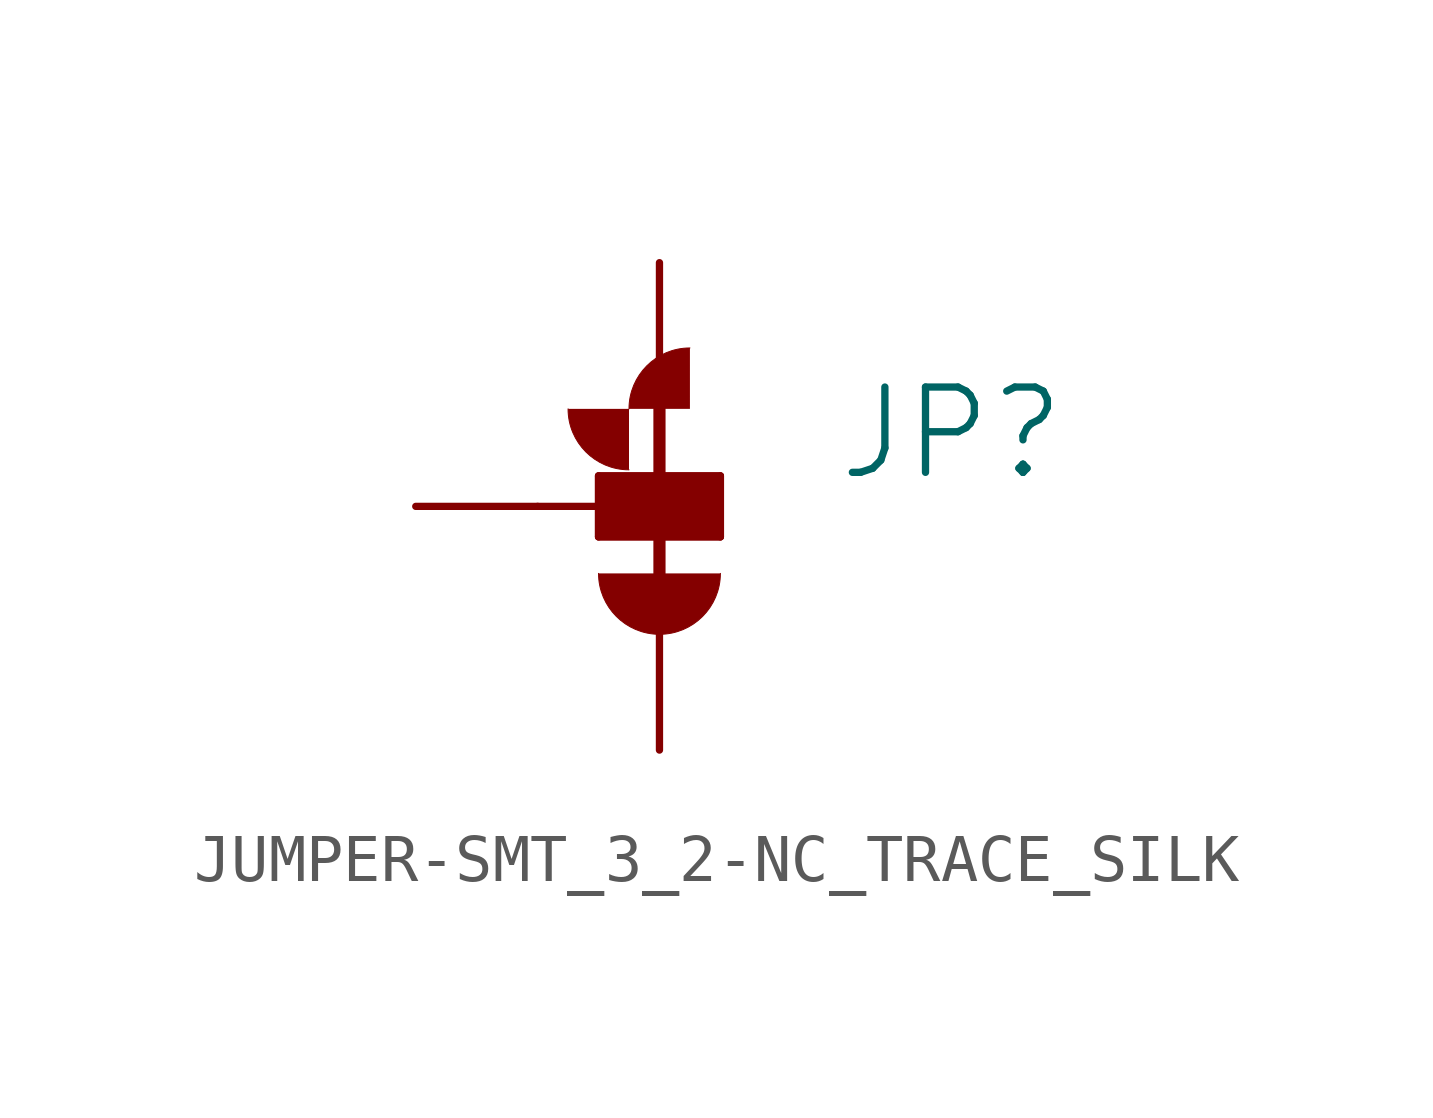
<source format=kicad_sym>
(kicad_symbol_lib
  (version 20241209)
  (generator "kicad_symbol_editor")
  (generator_version "9.0")
  (symbol "JUMPER-SMT_3_2-NC_TRACE_SILK"
    (property "Reference" "JP"
      (at 6.096 1.524 0)
      (effects (font (size 1.778 1.778))))
    (property "Value" ""
      (at 6.858 -1.524 0)
      (effects (font (size 1.778 1.778))))
    (property "ki_locked" ""
      (at 0 0 0)
      (effects (font (size 1.27 1.27))))
    (symbol "JUMPER-SMT_3_2-NC_TRACE_SILK_1_0"
      (polyline (pts (xy -2.54 0) (xy -1.27 0)) (stroke (width 0.152) (type solid)) (fill (type none)))
      (polyline (pts (xy -1.27 0.635) (xy 1.27 0.635)) (stroke (width 0.152) (type solid)) (fill (type none)))
      (polyline (pts (xy -1.27 0) (xy -1.27 0.635)) (stroke (width 0.152) (type solid)) (fill (type none)))
      (rectangle (start -1.27 -0.635) (end 1.27 0.635) (stroke (width 0) (type default)) (fill (type outline)))
      (polyline (pts (xy -1.27 -0.635) (xy -1.27 0)) (stroke (width 0.152) (type solid)) (fill (type none)))
      (arc (start -0.635 0.762) (mid -1.533 1.134) (end -1.905 2.032) (stroke (width 0.0001) (type solid)) (fill (type outline)))
      (polyline (pts (xy 0 2.032) (xy 0 -1.778)) (stroke (width 0.254) (type solid)) (fill (type none)))
      (arc (start 1.27 -1.397) (mid 0 -2.667) (end -1.27 -1.397) (stroke (width 0.0001) (type solid)) (fill (type outline)))
      (arc (start -0.635 2.032) (mid -0.263 2.93) (end 0.635 3.302) (stroke (width 0.0001) (type solid)) (fill (type outline)))
      (polyline (pts (xy 1.27 0.635) (xy 1.27 -0.635)) (stroke (width 0.152) (type solid)) (fill (type none)))
      (polyline (pts (xy 1.27 -0.635) (xy -1.27 -0.635)) (stroke (width 0.152) (type solid)) (fill (type none)))
      (pin passive line (at -5.08 0 0) (length 2.54) (name "2" (effects (font (size 0 0)))) (number "2" (effects (font (size 0 0)))))
      (pin passive line (at 0 5.08 270) (length 2.54) (name "1" (effects (font (size 0 0)))) (number "1" (effects (font (size 0 0)))))
      (pin passive line (at 0 -5.08 90) (length 2.54) (name "3" (effects (font (size 0 0)))) (number "3" (effects (font (size 0 0))))))))
</source>
